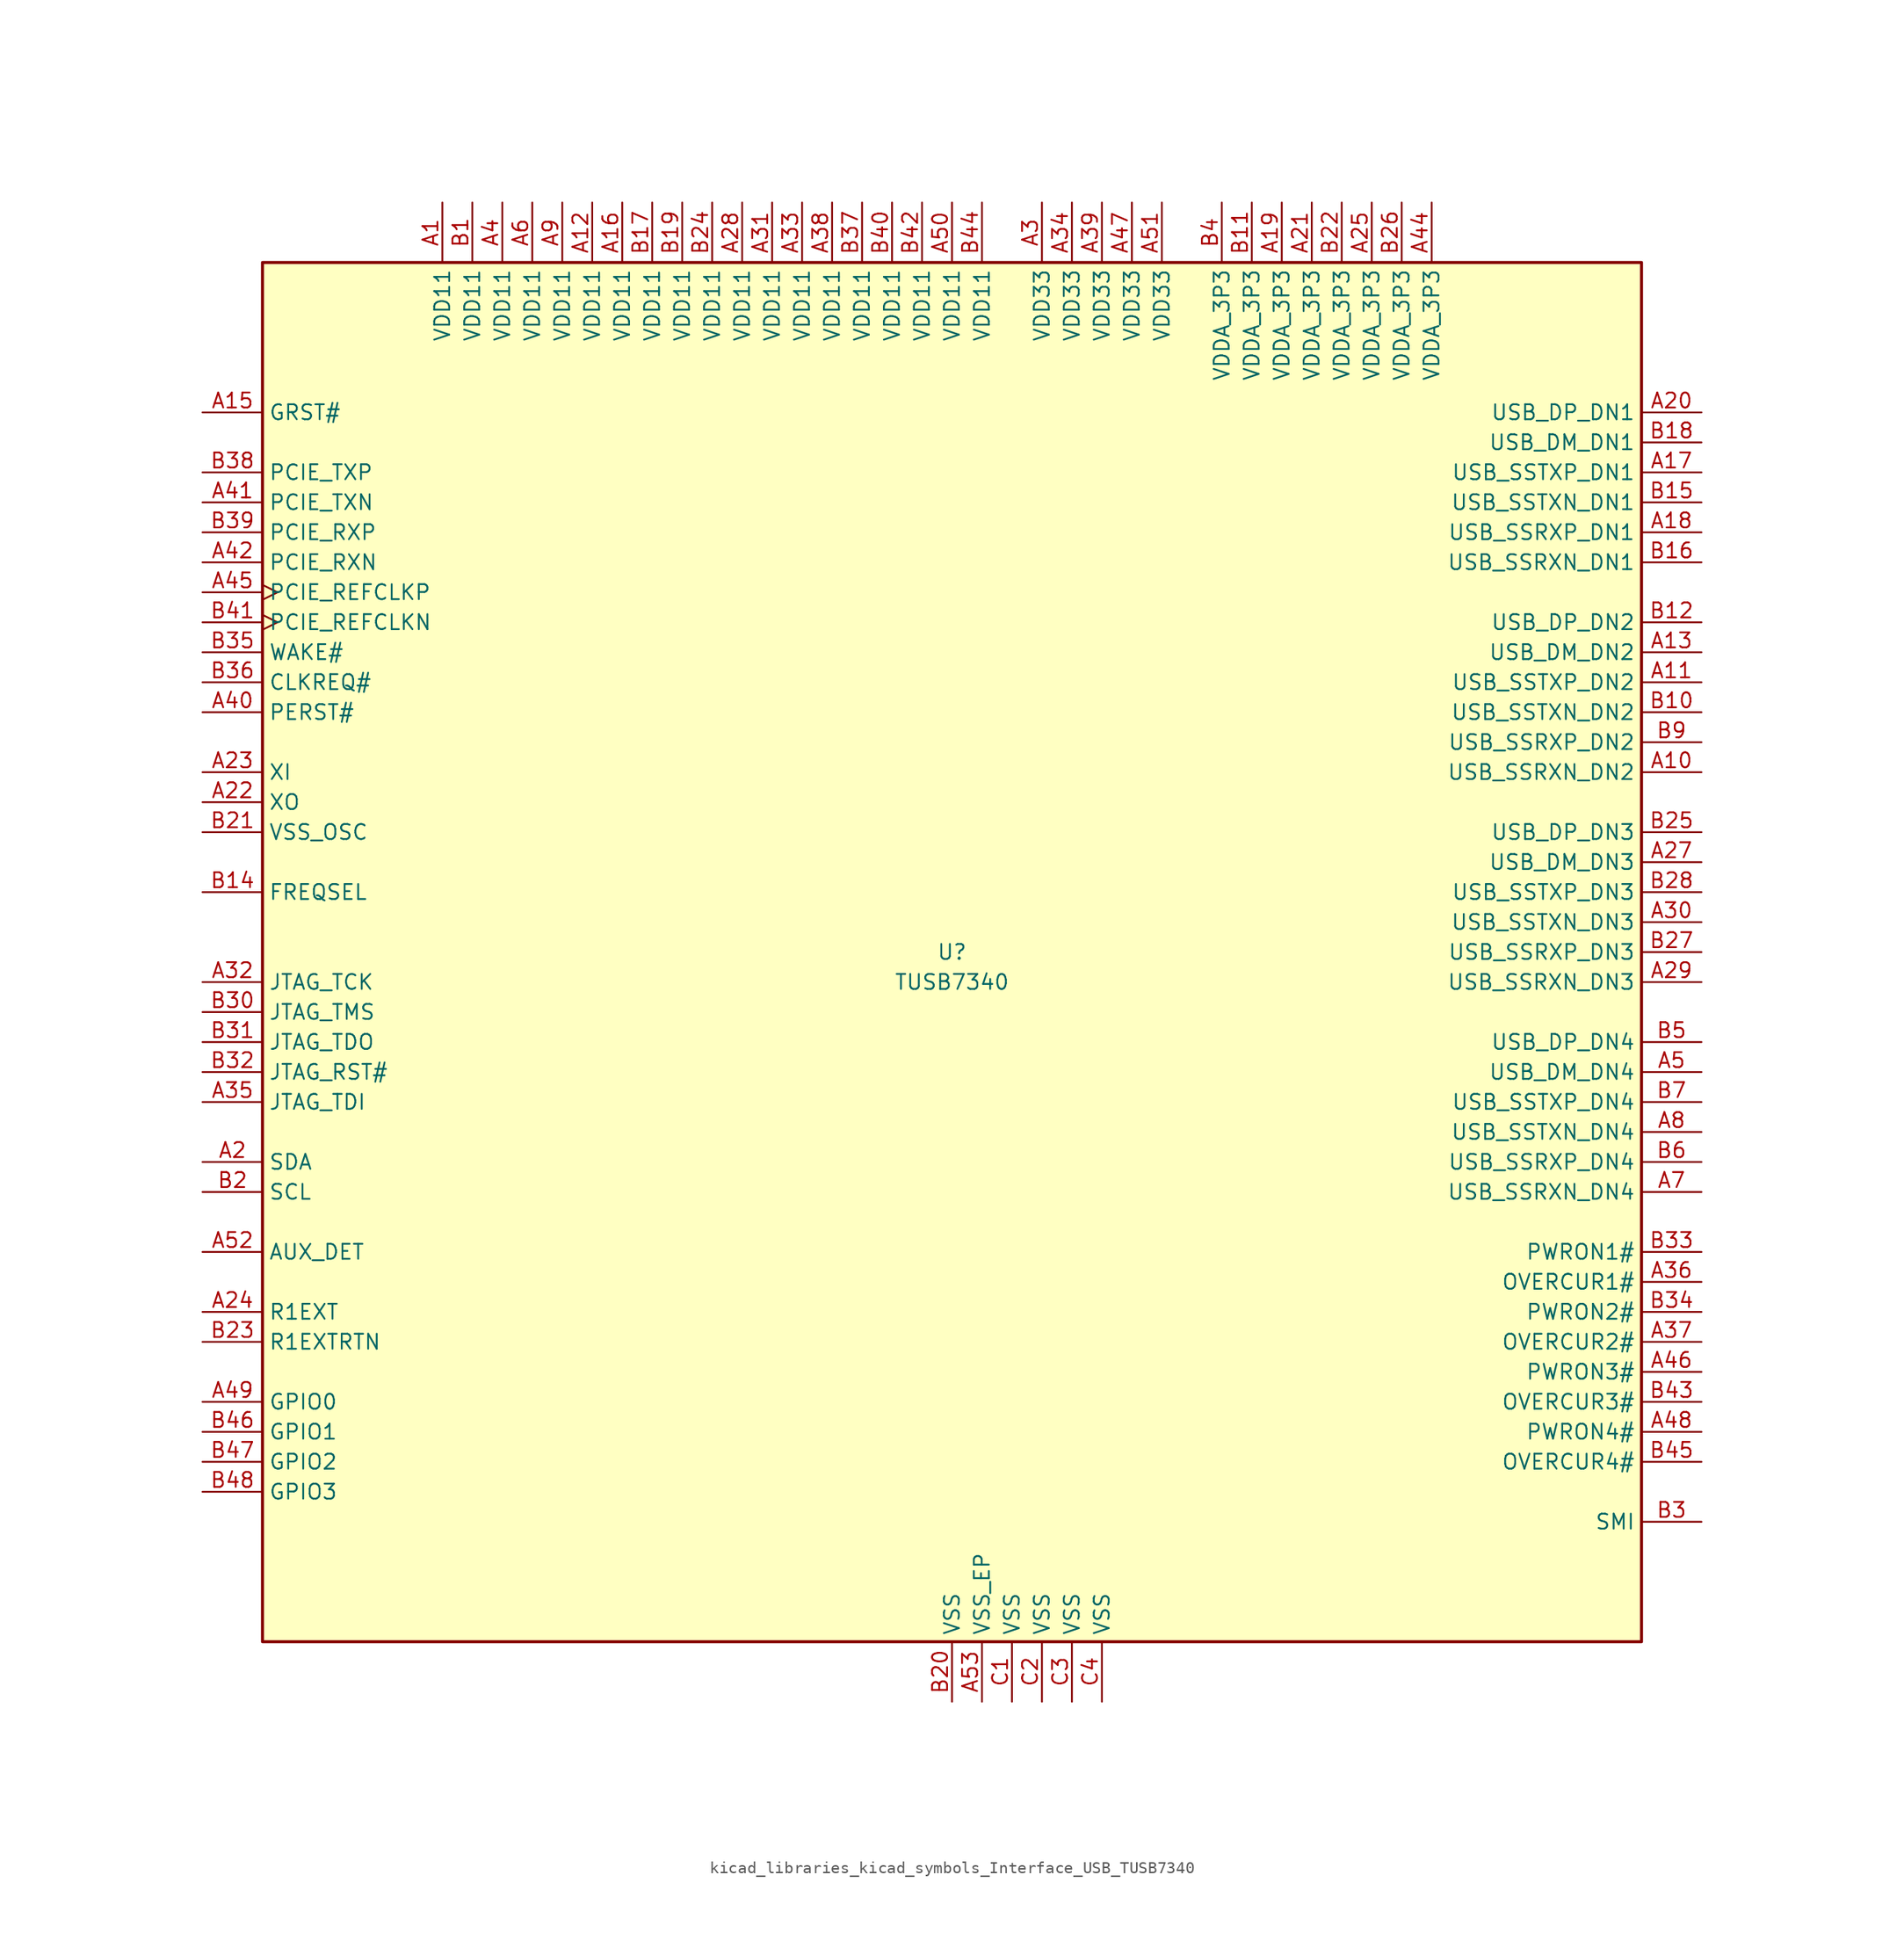
<source format=kicad_sym>
(kicad_symbol_lib
  (version 20220914)
  (generator kicad_symbol_editor)
  (symbol "kicad_libraries_kicad_symbols_Interface_USB_TUSB7340"
    (property "Reference" "U"
      (at 0 0 0)
      (effects (font (size 1.27 1.27))))
    (property "Value" "TUSB7340"
      (at 0 -2.54 0)
      (effects (font (size 1.27 1.27))))
    (symbol "kicad_libraries_kicad_symbols_Interface_USB_TUSB7340_0_1"
      (rectangle (start 58.42 58.42) (end -58.42 -58.42) (stroke (width 0.254) (type default)) (fill (type background))))
    (symbol "kicad_libraries_kicad_symbols_Interface_USB_TUSB7340_1_1"
      (pin power_in line (at -43.18 63.5 270) (length 5.08) (name "VDD11" (effects (font (size 1.27 1.27)))) (number "A1" (effects (font (size 1.27 1.27)))))
      (pin input line (at 63.5 15.24 180) (length 5.08) (name "USB_SSRXN_DN2" (effects (font (size 1.27 1.27)))) (number "A10" (effects (font (size 1.27 1.27)))))
      (pin output line (at 63.5 22.86 180) (length 5.08) (name "USB_SSTXP_DN2" (effects (font (size 1.27 1.27)))) (number "A11" (effects (font (size 1.27 1.27)))))
      (pin power_in line (at -30.48 63.5 270) (length 5.08) (name "VDD11" (effects (font (size 1.27 1.27)))) (number "A12" (effects (font (size 1.27 1.27)))))
      (pin bidirectional line (at 63.5 25.4 180) (length 5.08) (name "USB_DM_DN2" (effects (font (size 1.27 1.27)))) (number "A13" (effects (font (size 1.27 1.27)))))
      (pin no_connect line (at -17.78 -58.42 90) (length 5.08) hide (name "NC" (effects (font (size 1.27 1.27)))) (number "A14" (effects (font (size 1.27 1.27)))))
      (pin input line (at -63.5 45.72 0) (length 5.08) (name "GRST#" (effects (font (size 1.27 1.27)))) (number "A15" (effects (font (size 1.27 1.27)))))
      (pin power_in line (at -27.94 63.5 270) (length 5.08) (name "VDD11" (effects (font (size 1.27 1.27)))) (number "A16" (effects (font (size 1.27 1.27)))))
      (pin output line (at 63.5 40.64 180) (length 5.08) (name "USB_SSTXP_DN1" (effects (font (size 1.27 1.27)))) (number "A17" (effects (font (size 1.27 1.27)))))
      (pin input line (at 63.5 35.56 180) (length 5.08) (name "USB_SSRXP_DN1" (effects (font (size 1.27 1.27)))) (number "A18" (effects (font (size 1.27 1.27)))))
      (pin power_in line (at 27.94 63.5 270) (length 5.08) (name "VDDA_3P3" (effects (font (size 1.27 1.27)))) (number "A19" (effects (font (size 1.27 1.27)))))
      (pin bidirectional line (at -63.5 -17.78 0) (length 5.08) (name "SDA" (effects (font (size 1.27 1.27)))) (number "A2" (effects (font (size 1.27 1.27)))))
      (pin bidirectional line (at 63.5 45.72 180) (length 5.08) (name "USB_DP_DN1" (effects (font (size 1.27 1.27)))) (number "A20" (effects (font (size 1.27 1.27)))))
      (pin power_in line (at 30.48 63.5 270) (length 5.08) (name "VDDA_3P3" (effects (font (size 1.27 1.27)))) (number "A21" (effects (font (size 1.27 1.27)))))
      (pin output line (at -63.5 12.7 0) (length 5.08) (name "XO" (effects (font (size 1.27 1.27)))) (number "A22" (effects (font (size 1.27 1.27)))))
      (pin input line (at -63.5 15.24 0) (length 5.08) (name "XI" (effects (font (size 1.27 1.27)))) (number "A23" (effects (font (size 1.27 1.27)))))
      (pin bidirectional line (at -63.5 -30.48 0) (length 5.08) (name "R1EXT" (effects (font (size 1.27 1.27)))) (number "A24" (effects (font (size 1.27 1.27)))))
      (pin power_in line (at 35.56 63.5 270) (length 5.08) (name "VDDA_3P3" (effects (font (size 1.27 1.27)))) (number "A25" (effects (font (size 1.27 1.27)))))
      (pin no_connect line (at -15.24 -58.42 90) (length 5.08) hide (name "NC" (effects (font (size 1.27 1.27)))) (number "A26" (effects (font (size 1.27 1.27)))))
      (pin bidirectional line (at 63.5 7.62 180) (length 5.08) (name "USB_DM_DN3" (effects (font (size 1.27 1.27)))) (number "A27" (effects (font (size 1.27 1.27)))))
      (pin power_in line (at -17.78 63.5 270) (length 5.08) (name "VDD11" (effects (font (size 1.27 1.27)))) (number "A28" (effects (font (size 1.27 1.27)))))
      (pin input line (at 63.5 -2.54 180) (length 5.08) (name "USB_SSRXN_DN3" (effects (font (size 1.27 1.27)))) (number "A29" (effects (font (size 1.27 1.27)))))
      (pin power_in line (at 7.62 63.5 270) (length 5.08) (name "VDD33" (effects (font (size 1.27 1.27)))) (number "A3" (effects (font (size 1.27 1.27)))))
      (pin output line (at 63.5 2.54 180) (length 5.08) (name "USB_SSTXN_DN3" (effects (font (size 1.27 1.27)))) (number "A30" (effects (font (size 1.27 1.27)))))
      (pin power_in line (at -15.24 63.5 270) (length 5.08) (name "VDD11" (effects (font (size 1.27 1.27)))) (number "A31" (effects (font (size 1.27 1.27)))))
      (pin input line (at -63.5 -2.54 0) (length 5.08) (name "JTAG_TCK" (effects (font (size 1.27 1.27)))) (number "A32" (effects (font (size 1.27 1.27)))))
      (pin power_in line (at -12.7 63.5 270) (length 5.08) (name "VDD11" (effects (font (size 1.27 1.27)))) (number "A33" (effects (font (size 1.27 1.27)))))
      (pin power_in line (at 10.16 63.5 270) (length 5.08) (name "VDD33" (effects (font (size 1.27 1.27)))) (number "A34" (effects (font (size 1.27 1.27)))))
      (pin input line (at -63.5 -12.7 0) (length 5.08) (name "JTAG_TDI" (effects (font (size 1.27 1.27)))) (number "A35" (effects (font (size 1.27 1.27)))))
      (pin input line (at 63.5 -27.94 180) (length 5.08) (name "OVERCUR1#" (effects (font (size 1.27 1.27)))) (number "A36" (effects (font (size 1.27 1.27)))))
      (pin input line (at 63.5 -33.02 180) (length 5.08) (name "OVERCUR2#" (effects (font (size 1.27 1.27)))) (number "A37" (effects (font (size 1.27 1.27)))))
      (pin power_in line (at -10.16 63.5 270) (length 5.08) (name "VDD11" (effects (font (size 1.27 1.27)))) (number "A38" (effects (font (size 1.27 1.27)))))
      (pin power_in line (at 12.7 63.5 270) (length 5.08) (name "VDD33" (effects (font (size 1.27 1.27)))) (number "A39" (effects (font (size 1.27 1.27)))))
      (pin power_in line (at -38.1 63.5 270) (length 5.08) (name "VDD11" (effects (font (size 1.27 1.27)))) (number "A4" (effects (font (size 1.27 1.27)))))
      (pin input line (at -63.5 20.32 0) (length 5.08) (name "PERST#" (effects (font (size 1.27 1.27)))) (number "A40" (effects (font (size 1.27 1.27)))))
      (pin output line (at -63.5 38.1 0) (length 5.08) (name "PCIE_TXN" (effects (font (size 1.27 1.27)))) (number "A41" (effects (font (size 1.27 1.27)))))
      (pin input line (at -63.5 33.02 0) (length 5.08) (name "PCIE_RXN" (effects (font (size 1.27 1.27)))) (number "A42" (effects (font (size 1.27 1.27)))))
      (pin no_connect line (at -10.16 -58.42 90) (length 5.08) hide (name "NC" (effects (font (size 1.27 1.27)))) (number "A43" (effects (font (size 1.27 1.27)))))
      (pin power_in line (at 40.64 63.5 270) (length 5.08) (name "VDDA_3P3" (effects (font (size 1.27 1.27)))) (number "A44" (effects (font (size 1.27 1.27)))))
      (pin input clock (at -63.5 30.48 0) (length 5.08) (name "PCIE_REFCLKP" (effects (font (size 1.27 1.27)))) (number "A45" (effects (font (size 1.27 1.27)))))
      (pin output line (at 63.5 -35.56 180) (length 5.08) (name "PWRON3#" (effects (font (size 1.27 1.27)))) (number "A46" (effects (font (size 1.27 1.27)))))
      (pin power_in line (at 15.24 63.5 270) (length 5.08) (name "VDD33" (effects (font (size 1.27 1.27)))) (number "A47" (effects (font (size 1.27 1.27)))))
      (pin output line (at 63.5 -40.64 180) (length 5.08) (name "PWRON4#" (effects (font (size 1.27 1.27)))) (number "A48" (effects (font (size 1.27 1.27)))))
      (pin bidirectional line (at -63.5 -38.1 0) (length 5.08) (name "GPIO0" (effects (font (size 1.27 1.27)))) (number "A49" (effects (font (size 1.27 1.27)))))
      (pin bidirectional line (at 63.5 -10.16 180) (length 5.08) (name "USB_DM_DN4" (effects (font (size 1.27 1.27)))) (number "A5" (effects (font (size 1.27 1.27)))))
      (pin power_in line (at 0 63.5 270) (length 5.08) (name "VDD11" (effects (font (size 1.27 1.27)))) (number "A50" (effects (font (size 1.27 1.27)))))
      (pin power_in line (at 17.78 63.5 270) (length 5.08) (name "VDD33" (effects (font (size 1.27 1.27)))) (number "A51" (effects (font (size 1.27 1.27)))))
      (pin input line (at -63.5 -25.4 0) (length 5.08) (name "AUX_DET" (effects (font (size 1.27 1.27)))) (number "A52" (effects (font (size 1.27 1.27)))))
      (pin power_in line (at 2.54 -63.5 90) (length 5.08) (name "VSS_EP" (effects (font (size 1.27 1.27)))) (number "A53" (effects (font (size 1.27 1.27)))))
      (pin power_in line (at -35.56 63.5 270) (length 5.08) (name "VDD11" (effects (font (size 1.27 1.27)))) (number "A6" (effects (font (size 1.27 1.27)))))
      (pin input line (at 63.5 -20.32 180) (length 5.08) (name "USB_SSRXN_DN4" (effects (font (size 1.27 1.27)))) (number "A7" (effects (font (size 1.27 1.27)))))
      (pin input line (at 63.5 -15.24 180) (length 5.08) (name "USB_SSTXN_DN4" (effects (font (size 1.27 1.27)))) (number "A8" (effects (font (size 1.27 1.27)))))
      (pin power_in line (at -33.02 63.5 270) (length 5.08) (name "VDD11" (effects (font (size 1.27 1.27)))) (number "A9" (effects (font (size 1.27 1.27)))))
      (pin power_in line (at -40.64 63.5 270) (length 5.08) (name "VDD11" (effects (font (size 1.27 1.27)))) (number "B1" (effects (font (size 1.27 1.27)))))
      (pin output line (at 63.5 20.32 180) (length 5.08) (name "USB_SSTXN_DN2" (effects (font (size 1.27 1.27)))) (number "B10" (effects (font (size 1.27 1.27)))))
      (pin power_in line (at 25.4 63.5 270) (length 5.08) (name "VDDA_3P3" (effects (font (size 1.27 1.27)))) (number "B11" (effects (font (size 1.27 1.27)))))
      (pin bidirectional line (at 63.5 27.94 180) (length 5.08) (name "USB_DP_DN2" (effects (font (size 1.27 1.27)))) (number "B12" (effects (font (size 1.27 1.27)))))
      (pin no_connect line (at -20.32 -58.42 90) (length 5.08) hide (name "NC" (effects (font (size 1.27 1.27)))) (number "B13" (effects (font (size 1.27 1.27)))))
      (pin input line (at -63.5 5.08 0) (length 5.08) (name "FREQSEL" (effects (font (size 1.27 1.27)))) (number "B14" (effects (font (size 1.27 1.27)))))
      (pin output line (at 63.5 38.1 180) (length 5.08) (name "USB_SSTXN_DN1" (effects (font (size 1.27 1.27)))) (number "B15" (effects (font (size 1.27 1.27)))))
      (pin input line (at 63.5 33.02 180) (length 5.08) (name "USB_SSRXN_DN1" (effects (font (size 1.27 1.27)))) (number "B16" (effects (font (size 1.27 1.27)))))
      (pin power_in line (at -25.4 63.5 270) (length 5.08) (name "VDD11" (effects (font (size 1.27 1.27)))) (number "B17" (effects (font (size 1.27 1.27)))))
      (pin bidirectional line (at 63.5 43.18 180) (length 5.08) (name "USB_DM_DN1" (effects (font (size 1.27 1.27)))) (number "B18" (effects (font (size 1.27 1.27)))))
      (pin power_in line (at -22.86 63.5 270) (length 5.08) (name "VDD11" (effects (font (size 1.27 1.27)))) (number "B19" (effects (font (size 1.27 1.27)))))
      (pin bidirectional line (at -63.5 -20.32 0) (length 5.08) (name "SCL" (effects (font (size 1.27 1.27)))) (number "B2" (effects (font (size 1.27 1.27)))))
      (pin power_in line (at 0 -63.5 90) (length 5.08) (name "VSS" (effects (font (size 1.27 1.27)))) (number "B20" (effects (font (size 1.27 1.27)))))
      (pin input line (at -63.5 10.16 0) (length 5.08) (name "VSS_OSC" (effects (font (size 1.27 1.27)))) (number "B21" (effects (font (size 1.27 1.27)))))
      (pin power_in line (at 33.02 63.5 270) (length 5.08) (name "VDDA_3P3" (effects (font (size 1.27 1.27)))) (number "B22" (effects (font (size 1.27 1.27)))))
      (pin bidirectional line (at -63.5 -33.02 0) (length 5.08) (name "R1EXTRTN" (effects (font (size 1.27 1.27)))) (number "B23" (effects (font (size 1.27 1.27)))))
      (pin power_in line (at -20.32 63.5 270) (length 5.08) (name "VDD11" (effects (font (size 1.27 1.27)))) (number "B24" (effects (font (size 1.27 1.27)))))
      (pin bidirectional line (at 63.5 10.16 180) (length 5.08) (name "USB_DP_DN3" (effects (font (size 1.27 1.27)))) (number "B25" (effects (font (size 1.27 1.27)))))
      (pin power_in line (at 38.1 63.5 270) (length 5.08) (name "VDDA_3P3" (effects (font (size 1.27 1.27)))) (number "B26" (effects (font (size 1.27 1.27)))))
      (pin input line (at 63.5 0 180) (length 5.08) (name "USB_SSRXP_DN3" (effects (font (size 1.27 1.27)))) (number "B27" (effects (font (size 1.27 1.27)))))
      (pin output line (at 63.5 5.08 180) (length 5.08) (name "USB_SSTXP_DN3" (effects (font (size 1.27 1.27)))) (number "B28" (effects (font (size 1.27 1.27)))))
      (pin no_connect line (at -12.7 -58.42 90) (length 5.08) hide (name "NC" (effects (font (size 1.27 1.27)))) (number "B29" (effects (font (size 1.27 1.27)))))
      (pin output line (at 63.5 -48.26 180) (length 5.08) (name "SMI" (effects (font (size 1.27 1.27)))) (number "B3" (effects (font (size 1.27 1.27)))))
      (pin input line (at -63.5 -5.08 0) (length 5.08) (name "JTAG_TMS" (effects (font (size 1.27 1.27)))) (number "B30" (effects (font (size 1.27 1.27)))))
      (pin output line (at -63.5 -7.62 0) (length 5.08) (name "JTAG_TDO" (effects (font (size 1.27 1.27)))) (number "B31" (effects (font (size 1.27 1.27)))))
      (pin input line (at -63.5 -10.16 0) (length 5.08) (name "JTAG_RST#" (effects (font (size 1.27 1.27)))) (number "B32" (effects (font (size 1.27 1.27)))))
      (pin output line (at 63.5 -25.4 180) (length 5.08) (name "PWRON1#" (effects (font (size 1.27 1.27)))) (number "B33" (effects (font (size 1.27 1.27)))))
      (pin output line (at 63.5 -30.48 180) (length 5.08) (name "PWRON2#" (effects (font (size 1.27 1.27)))) (number "B34" (effects (font (size 1.27 1.27)))))
      (pin output line (at -63.5 25.4 0) (length 5.08) (name "WAKE#" (effects (font (size 1.27 1.27)))) (number "B35" (effects (font (size 1.27 1.27)))))
      (pin input line (at -63.5 22.86 0) (length 5.08) (name "CLKREQ#" (effects (font (size 1.27 1.27)))) (number "B36" (effects (font (size 1.27 1.27)))))
      (pin power_in line (at -7.62 63.5 270) (length 5.08) (name "VDD11" (effects (font (size 1.27 1.27)))) (number "B37" (effects (font (size 1.27 1.27)))))
      (pin output line (at -63.5 40.64 0) (length 5.08) (name "PCIE_TXP" (effects (font (size 1.27 1.27)))) (number "B38" (effects (font (size 1.27 1.27)))))
      (pin input line (at -63.5 35.56 0) (length 5.08) (name "PCIE_RXP" (effects (font (size 1.27 1.27)))) (number "B39" (effects (font (size 1.27 1.27)))))
      (pin power_in line (at 22.86 63.5 270) (length 5.08) (name "VDDA_3P3" (effects (font (size 1.27 1.27)))) (number "B4" (effects (font (size 1.27 1.27)))))
      (pin power_in line (at -5.08 63.5 270) (length 5.08) (name "VDD11" (effects (font (size 1.27 1.27)))) (number "B40" (effects (font (size 1.27 1.27)))))
      (pin input clock (at -63.5 27.94 0) (length 5.08) (name "PCIE_REFCLKN" (effects (font (size 1.27 1.27)))) (number "B41" (effects (font (size 1.27 1.27)))))
      (pin power_in line (at -2.54 63.5 270) (length 5.08) (name "VDD11" (effects (font (size 1.27 1.27)))) (number "B42" (effects (font (size 1.27 1.27)))))
      (pin input line (at 63.5 -38.1 180) (length 5.08) (name "OVERCUR3#" (effects (font (size 1.27 1.27)))) (number "B43" (effects (font (size 1.27 1.27)))))
      (pin power_in line (at 2.54 63.5 270) (length 5.08) (name "VDD11" (effects (font (size 1.27 1.27)))) (number "B44" (effects (font (size 1.27 1.27)))))
      (pin input line (at 63.5 -43.18 180) (length 5.08) (name "OVERCUR4#" (effects (font (size 1.27 1.27)))) (number "B45" (effects (font (size 1.27 1.27)))))
      (pin bidirectional line (at -63.5 -40.64 0) (length 5.08) (name "GPIO1" (effects (font (size 1.27 1.27)))) (number "B46" (effects (font (size 1.27 1.27)))))
      (pin bidirectional line (at -63.5 -43.18 0) (length 5.08) (name "GPIO2" (effects (font (size 1.27 1.27)))) (number "B47" (effects (font (size 1.27 1.27)))))
      (pin bidirectional line (at -63.5 -45.72 0) (length 5.08) (name "GPIO3" (effects (font (size 1.27 1.27)))) (number "B48" (effects (font (size 1.27 1.27)))))
      (pin bidirectional line (at 63.5 -7.62 180) (length 5.08) (name "USB_DP_DN4" (effects (font (size 1.27 1.27)))) (number "B5" (effects (font (size 1.27 1.27)))))
      (pin input line (at 63.5 -17.78 180) (length 5.08) (name "USB_SSRXP_DN4" (effects (font (size 1.27 1.27)))) (number "B6" (effects (font (size 1.27 1.27)))))
      (pin input line (at 63.5 -12.7 180) (length 5.08) (name "USB_SSTXP_DN4" (effects (font (size 1.27 1.27)))) (number "B7" (effects (font (size 1.27 1.27)))))
      (pin no_connect line (at -22.86 -58.42 90) (length 5.08) hide (name "NC" (effects (font (size 1.27 1.27)))) (number "B8" (effects (font (size 1.27 1.27)))))
      (pin input line (at 63.5 17.78 180) (length 5.08) (name "USB_SSRXP_DN2" (effects (font (size 1.27 1.27)))) (number "B9" (effects (font (size 1.27 1.27)))))
      (pin power_in line (at 5.08 -63.5 90) (length 5.08) (name "VSS" (effects (font (size 1.27 1.27)))) (number "C1" (effects (font (size 1.27 1.27)))))
      (pin power_in line (at 7.62 -63.5 90) (length 5.08) (name "VSS" (effects (font (size 1.27 1.27)))) (number "C2" (effects (font (size 1.27 1.27)))))
      (pin power_in line (at 10.16 -63.5 90) (length 5.08) (name "VSS" (effects (font (size 1.27 1.27)))) (number "C3" (effects (font (size 1.27 1.27)))))
      (pin power_in line (at 12.7 -63.5 90) (length 5.08) (name "VSS" (effects (font (size 1.27 1.27)))) (number "C4" (effects (font (size 1.27 1.27))))))))
</source>
